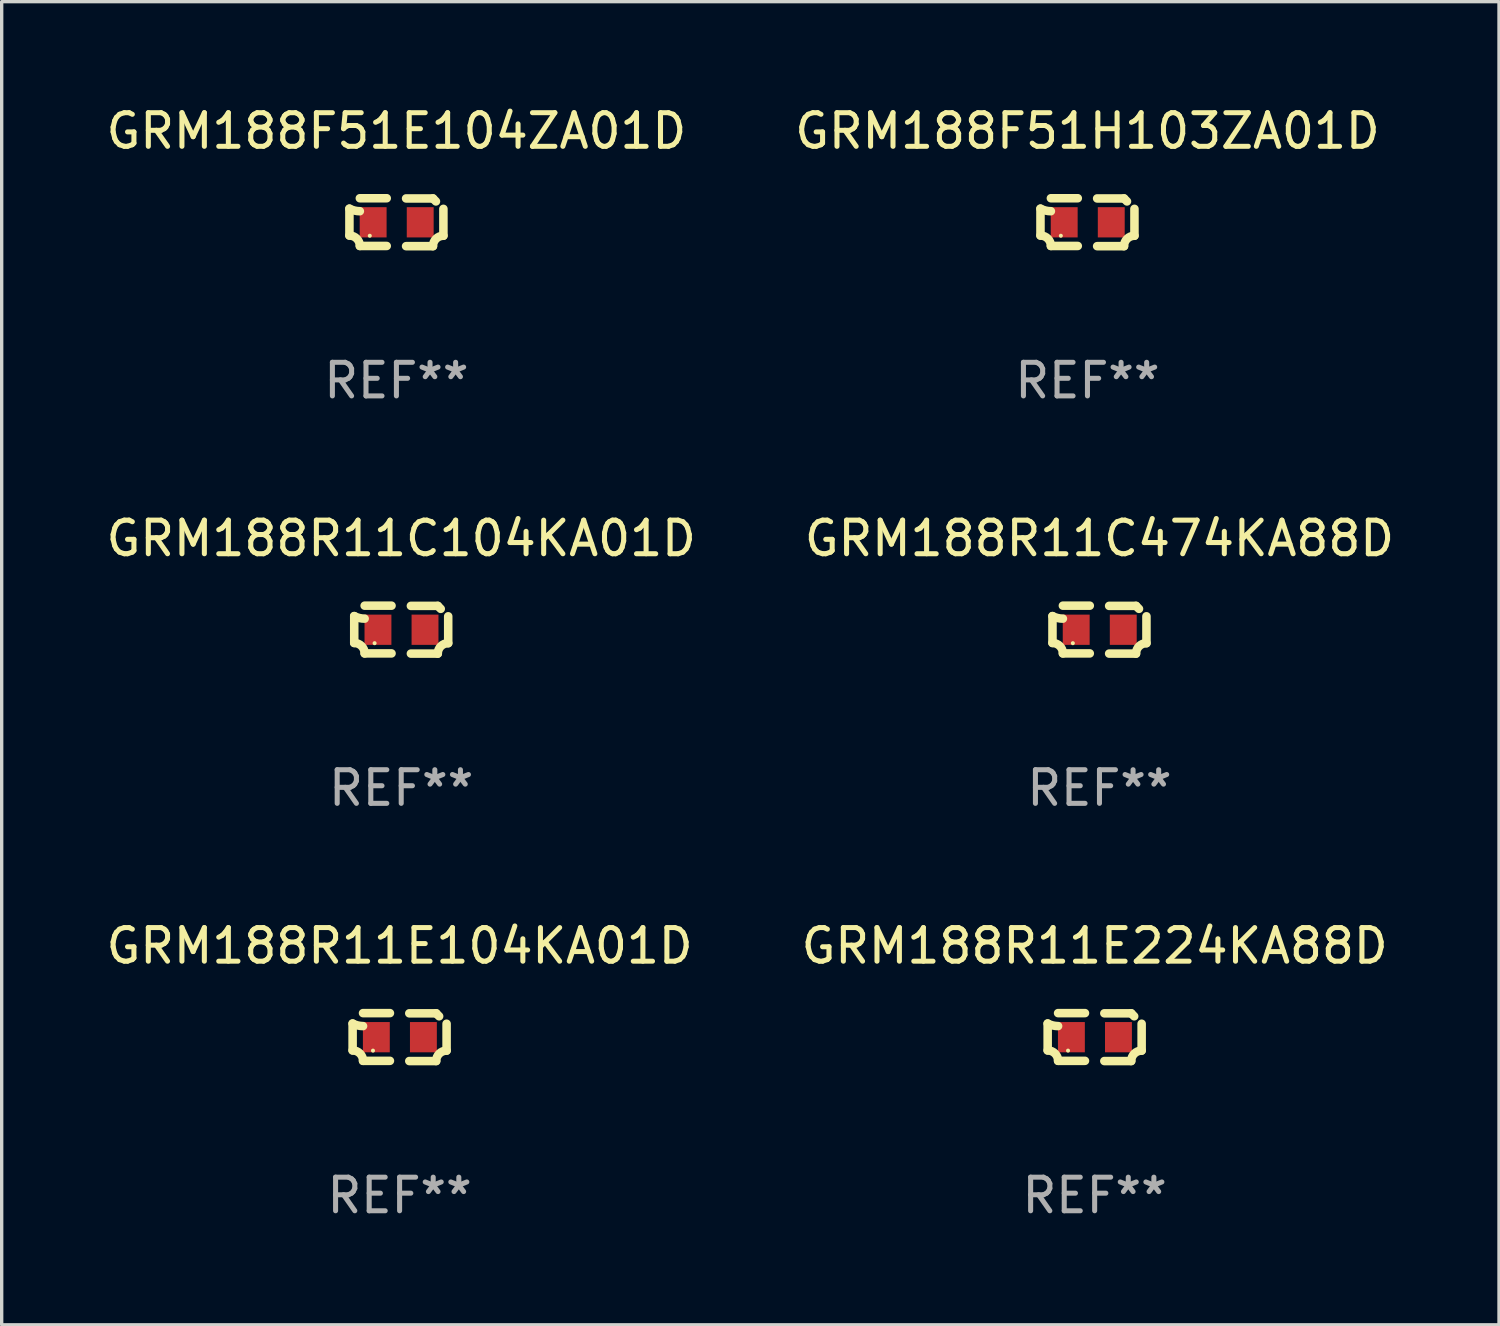
<source format=kicad_pcb>
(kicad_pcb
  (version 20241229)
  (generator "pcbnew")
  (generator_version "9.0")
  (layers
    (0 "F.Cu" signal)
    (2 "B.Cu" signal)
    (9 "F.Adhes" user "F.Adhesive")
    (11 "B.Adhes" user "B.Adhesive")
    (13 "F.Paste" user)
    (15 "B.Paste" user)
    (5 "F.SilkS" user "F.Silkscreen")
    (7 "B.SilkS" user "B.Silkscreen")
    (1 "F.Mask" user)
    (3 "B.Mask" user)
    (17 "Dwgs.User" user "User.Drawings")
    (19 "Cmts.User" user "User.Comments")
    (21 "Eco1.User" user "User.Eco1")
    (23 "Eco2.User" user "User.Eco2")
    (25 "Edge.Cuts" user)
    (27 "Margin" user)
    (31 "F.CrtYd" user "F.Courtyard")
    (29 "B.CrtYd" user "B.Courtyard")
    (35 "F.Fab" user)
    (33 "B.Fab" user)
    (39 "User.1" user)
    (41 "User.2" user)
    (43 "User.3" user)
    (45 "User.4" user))
  (footprint "GRM188F51E104ZA01D"
    (layer "F.Cu")
    (at 8.744 3.561)
    (property "Reference" "GRM188F51E104ZA01D" (at 0 -2.713 0) (layer "F.SilkS") (effects (font (size 1 1) (thickness 0.15))))
    (attr through_hole)
    (fp_line (start -1.398 -0.403) (end -1.398 0.397) (stroke (width 0.254) (type solid)) (layer "F.SilkS"))
    (fp_line (start -0.288 -0.713) (end -1.088 -0.713) (stroke (width 0.254) (type solid)) (layer "F.SilkS"))
    (fp_line (start -0.288 0.707) (end -1.088 0.707) (stroke (width 0.254) (type solid)) (layer "F.SilkS"))
    (fp_line (start 0.288 -0.707) (end 1.088 -0.707) (stroke (width 0.254) (type solid)) (layer "F.SilkS"))
    (fp_line (start 0.288 0.713) (end 1.088 0.713) (stroke (width 0.254) (type solid)) (layer "F.SilkS"))
    (fp_line (start 1.398 -0.397) (end 1.398 0.403) (stroke (width 0.254) (type solid)) (layer "F.SilkS"))
    (fp_arc (start -1.397789 0.397066) (mid -1.178701 0.487826) (end -1.08796 0.706922) (stroke (width 0.254001) (type solid)) (layer "F.SilkS"))
    (fp_arc (start -1.08796 -0.327176) (mid -1.247436 -0.346384) (end -1.39779 -0.402908) (stroke (width 0.254001) (type solid)) (layer "F.SilkS"))
    (fp_arc (start 1.087909 0.712738) (mid 1.178656 0.493655) (end 1.397739 0.402908) (stroke (width 0.254001) (type solid)) (layer "F.SilkS"))
    (fp_arc (start 1.175925 -0.618926) (mid 1.131917 -0.662923) (end 1.08791 -0.706922) (stroke (width 0.254001) (type solid)) (layer "F.SilkS"))
    (fp_circle (center -0.792 0.403) (end -0.762 0.403) (stroke (width 0.06) (type solid)) (fill no) (layer "F.SilkS"))
    (fp_text user "REF**" (at 0 4.713 0) (layer "F.Fab") (effects (font (size 1 1) (thickness 0.15))))
    (pad "1" smd rect (at -0.692 0.003) (size 0.8 0.9) (layers "F.Cu" "F.Mask" "F.Paste"))
    (pad "2" smd rect (at 0.708 0.003) (size 0.8 0.9) (layers "F.Cu" "F.Mask" "F.Paste")))
  (footprint "GRM188F51H103ZA01D"
    (layer "F.Cu")
    (at 29.304 3.561)
    (property "Reference" "GRM188F51H103ZA01D" (at 0 -2.713 0) (layer "F.SilkS") (effects (font (size 1 1) (thickness 0.15))))
    (attr through_hole)
    (fp_line (start -1.398 -0.403) (end -1.398 0.397) (stroke (width 0.254) (type solid)) (layer "F.SilkS"))
    (fp_line (start -0.288 -0.713) (end -1.088 -0.713) (stroke (width 0.254) (type solid)) (layer "F.SilkS"))
    (fp_line (start -0.288 0.707) (end -1.088 0.707) (stroke (width 0.254) (type solid)) (layer "F.SilkS"))
    (fp_line (start 0.288 -0.707) (end 1.088 -0.707) (stroke (width 0.254) (type solid)) (layer "F.SilkS"))
    (fp_line (start 0.288 0.713) (end 1.088 0.713) (stroke (width 0.254) (type solid)) (layer "F.SilkS"))
    (fp_line (start 1.398 -0.397) (end 1.398 0.403) (stroke (width 0.254) (type solid)) (layer "F.SilkS"))
    (fp_arc (start -1.397789 0.397066) (mid -1.178701 0.487826) (end -1.08796 0.706922) (stroke (width 0.254001) (type solid)) (layer "F.SilkS"))
    (fp_arc (start -1.08796 -0.327176) (mid -1.247436 -0.346384) (end -1.39779 -0.402908) (stroke (width 0.254001) (type solid)) (layer "F.SilkS"))
    (fp_arc (start 1.087909 0.712738) (mid 1.178656 0.493655) (end 1.397739 0.402908) (stroke (width 0.254001) (type solid)) (layer "F.SilkS"))
    (fp_arc (start 1.175925 -0.618926) (mid 1.131917 -0.662923) (end 1.08791 -0.706922) (stroke (width 0.254001) (type solid)) (layer "F.SilkS"))
    (fp_circle (center -0.792 0.403) (end -0.762 0.403) (stroke (width 0.06) (type solid)) (fill no) (layer "F.SilkS"))
    (fp_text user "REF**" (at 0 4.713 0) (layer "F.Fab") (effects (font (size 1 1) (thickness 0.15))))
    (pad "1" smd rect (at -0.692 0.003) (size 0.8 0.9) (layers "F.Cu" "F.Mask" "F.Paste"))
    (pad "2" smd rect (at 0.708 0.003) (size 0.8 0.9) (layers "F.Cu" "F.Mask" "F.Paste")))
  (footprint "GRM188R11E224KA88D"
    (layer "F.Cu")
    (at 29.518 27.805)
    (property "Reference" "GRM188R11E224KA88D" (at 0 -2.713 0) (layer "F.SilkS") (effects (font (size 1 1) (thickness 0.15))))
    (attr through_hole)
    (fp_line (start -1.398 -0.403) (end -1.398 0.397) (stroke (width 0.254) (type solid)) (layer "F.SilkS"))
    (fp_line (start -0.288 -0.713) (end -1.088 -0.713) (stroke (width 0.254) (type solid)) (layer "F.SilkS"))
    (fp_line (start -0.288 0.707) (end -1.088 0.707) (stroke (width 0.254) (type solid)) (layer "F.SilkS"))
    (fp_line (start 0.288 -0.707) (end 1.088 -0.707) (stroke (width 0.254) (type solid)) (layer "F.SilkS"))
    (fp_line (start 0.288 0.713) (end 1.088 0.713) (stroke (width 0.254) (type solid)) (layer "F.SilkS"))
    (fp_line (start 1.398 -0.397) (end 1.398 0.403) (stroke (width 0.254) (type solid)) (layer "F.SilkS"))
    (fp_arc (start -1.397789 0.397066) (mid -1.178701 0.487826) (end -1.08796 0.706922) (stroke (width 0.254001) (type solid)) (layer "F.SilkS"))
    (fp_arc (start -1.08796 -0.327176) (mid -1.247436 -0.346384) (end -1.39779 -0.402908) (stroke (width 0.254001) (type solid)) (layer "F.SilkS"))
    (fp_arc (start 1.087909 0.712738) (mid 1.178656 0.493655) (end 1.397739 0.402908) (stroke (width 0.254001) (type solid)) (layer "F.SilkS"))
    (fp_arc (start 1.175925 -0.618926) (mid 1.131917 -0.662923) (end 1.08791 -0.706922) (stroke (width 0.254001) (type solid)) (layer "F.SilkS"))
    (fp_circle (center -0.792 0.403) (end -0.762 0.403) (stroke (width 0.06) (type solid)) (fill no) (layer "F.SilkS"))
    (fp_text user "REF**" (at 0 4.713 0) (layer "F.Fab") (effects (font (size 1 1) (thickness 0.15))))
    (pad "1" smd rect (at -0.692 0.003) (size 0.8 0.9) (layers "F.Cu" "F.Mask" "F.Paste"))
    (pad "2" smd rect (at 0.708 0.003) (size 0.8 0.9) (layers "F.Cu" "F.Mask" "F.Paste")))
  (footprint "GRM188R11E104KA01D"
    (layer "F.Cu")
    (at 8.839 27.805)
    (property "Reference" "GRM188R11E104KA01D" (at 0 -2.713 0) (layer "F.SilkS") (effects (font (size 1 1) (thickness 0.15))))
    (attr through_hole)
    (fp_line (start -1.398 -0.403) (end -1.398 0.397) (stroke (width 0.254) (type solid)) (layer "F.SilkS"))
    (fp_line (start -0.288 -0.713) (end -1.088 -0.713) (stroke (width 0.254) (type solid)) (layer "F.SilkS"))
    (fp_line (start -0.288 0.707) (end -1.088 0.707) (stroke (width 0.254) (type solid)) (layer "F.SilkS"))
    (fp_line (start 0.288 -0.707) (end 1.088 -0.707) (stroke (width 0.254) (type solid)) (layer "F.SilkS"))
    (fp_line (start 0.288 0.713) (end 1.088 0.713) (stroke (width 0.254) (type solid)) (layer "F.SilkS"))
    (fp_line (start 1.398 -0.397) (end 1.398 0.403) (stroke (width 0.254) (type solid)) (layer "F.SilkS"))
    (fp_arc (start -1.397789 0.397066) (mid -1.178701 0.487826) (end -1.08796 0.706922) (stroke (width 0.254001) (type solid)) (layer "F.SilkS"))
    (fp_arc (start -1.08796 -0.327176) (mid -1.247436 -0.346384) (end -1.39779 -0.402908) (stroke (width 0.254001) (type solid)) (layer "F.SilkS"))
    (fp_arc (start 1.087909 0.712738) (mid 1.178656 0.493655) (end 1.397739 0.402908) (stroke (width 0.254001) (type solid)) (layer "F.SilkS"))
    (fp_arc (start 1.175925 -0.618926) (mid 1.131917 -0.662923) (end 1.08791 -0.706922) (stroke (width 0.254001) (type solid)) (layer "F.SilkS"))
    (fp_circle (center -0.792 0.403) (end -0.762 0.403) (stroke (width 0.06) (type solid)) (fill no) (layer "F.SilkS"))
    (fp_text user "REF**" (at 0 4.713 0) (layer "F.Fab") (effects (font (size 1 1) (thickness 0.15))))
    (pad "1" smd rect (at -0.692 0.003) (size 0.8 0.9) (layers "F.Cu" "F.Mask" "F.Paste"))
    (pad "2" smd rect (at 0.708 0.003) (size 0.8 0.9) (layers "F.Cu" "F.Mask" "F.Paste")))
  (footprint "GRM188R11C474KA88D"
    (layer "F.Cu")
    (at 29.661 15.683)
    (property "Reference" "GRM188R11C474KA88D" (at 0 -2.713 0) (layer "F.SilkS") (effects (font (size 1 1) (thickness 0.15))))
    (attr through_hole)
    (fp_line (start -1.398 -0.403) (end -1.398 0.397) (stroke (width 0.254) (type solid)) (layer "F.SilkS"))
    (fp_line (start -0.288 -0.713) (end -1.088 -0.713) (stroke (width 0.254) (type solid)) (layer "F.SilkS"))
    (fp_line (start -0.288 0.707) (end -1.088 0.707) (stroke (width 0.254) (type solid)) (layer "F.SilkS"))
    (fp_line (start 0.288 -0.707) (end 1.088 -0.707) (stroke (width 0.254) (type solid)) (layer "F.SilkS"))
    (fp_line (start 0.288 0.713) (end 1.088 0.713) (stroke (width 0.254) (type solid)) (layer "F.SilkS"))
    (fp_line (start 1.398 -0.397) (end 1.398 0.403) (stroke (width 0.254) (type solid)) (layer "F.SilkS"))
    (fp_arc (start -1.397789 0.397066) (mid -1.178701 0.487826) (end -1.08796 0.706922) (stroke (width 0.254001) (type solid)) (layer "F.SilkS"))
    (fp_arc (start -1.08796 -0.327176) (mid -1.247436 -0.346384) (end -1.39779 -0.402908) (stroke (width 0.254001) (type solid)) (layer "F.SilkS"))
    (fp_arc (start 1.087909 0.712738) (mid 1.178656 0.493655) (end 1.397739 0.402908) (stroke (width 0.254001) (type solid)) (layer "F.SilkS"))
    (fp_arc (start 1.175925 -0.618926) (mid 1.131917 -0.662923) (end 1.08791 -0.706922) (stroke (width 0.254001) (type solid)) (layer "F.SilkS"))
    (fp_circle (center -0.792 0.403) (end -0.762 0.403) (stroke (width 0.06) (type solid)) (fill no) (layer "F.SilkS"))
    (fp_text user "REF**" (at 0 4.713 0) (layer "F.Fab") (effects (font (size 1 1) (thickness 0.15))))
    (pad "1" smd rect (at -0.692 0.003) (size 0.8 0.9) (layers "F.Cu" "F.Mask" "F.Paste"))
    (pad "2" smd rect (at 0.708 0.003) (size 0.8 0.9) (layers "F.Cu" "F.Mask" "F.Paste")))
  (footprint "GRM188R11C104KA01D"
    (layer "F.Cu")
    (at 8.887 15.683)
    (property "Reference" "GRM188R11C104KA01D" (at 0 -2.713 0) (layer "F.SilkS") (effects (font (size 1 1) (thickness 0.15))))
    (attr through_hole)
    (fp_line (start -1.398 -0.403) (end -1.398 0.397) (stroke (width 0.254) (type solid)) (layer "F.SilkS"))
    (fp_line (start -0.288 -0.713) (end -1.088 -0.713) (stroke (width 0.254) (type solid)) (layer "F.SilkS"))
    (fp_line (start -0.288 0.707) (end -1.088 0.707) (stroke (width 0.254) (type solid)) (layer "F.SilkS"))
    (fp_line (start 0.288 -0.707) (end 1.088 -0.707) (stroke (width 0.254) (type solid)) (layer "F.SilkS"))
    (fp_line (start 0.288 0.713) (end 1.088 0.713) (stroke (width 0.254) (type solid)) (layer "F.SilkS"))
    (fp_line (start 1.398 -0.397) (end 1.398 0.403) (stroke (width 0.254) (type solid)) (layer "F.SilkS"))
    (fp_arc (start -1.397789 0.397066) (mid -1.178701 0.487826) (end -1.08796 0.706922) (stroke (width 0.254001) (type solid)) (layer "F.SilkS"))
    (fp_arc (start -1.08796 -0.327176) (mid -1.247436 -0.346384) (end -1.39779 -0.402908) (stroke (width 0.254001) (type solid)) (layer "F.SilkS"))
    (fp_arc (start 1.087909 0.712738) (mid 1.178656 0.493655) (end 1.397739 0.402908) (stroke (width 0.254001) (type solid)) (layer "F.SilkS"))
    (fp_arc (start 1.175925 -0.618926) (mid 1.131917 -0.662923) (end 1.08791 -0.706922) (stroke (width 0.254001) (type solid)) (layer "F.SilkS"))
    (fp_circle (center -0.792 0.403) (end -0.762 0.403) (stroke (width 0.06) (type solid)) (fill no) (layer "F.SilkS"))
    (fp_text user "REF**" (at 0 4.713 0) (layer "F.Fab") (effects (font (size 1 1) (thickness 0.15))))
    (pad "1" smd rect (at -0.692 0.003) (size 0.8 0.9) (layers "F.Cu" "F.Mask" "F.Paste"))
    (pad "2" smd rect (at 0.708 0.003) (size 0.8 0.9) (layers "F.Cu" "F.Mask" "F.Paste")))
  (gr_rect
    (start -3 -3)
    (end 41.548 36.366)
    (stroke (width 0.1) (type default))
    (fill no)
    (layer "Edge.Cuts")))
</source>
